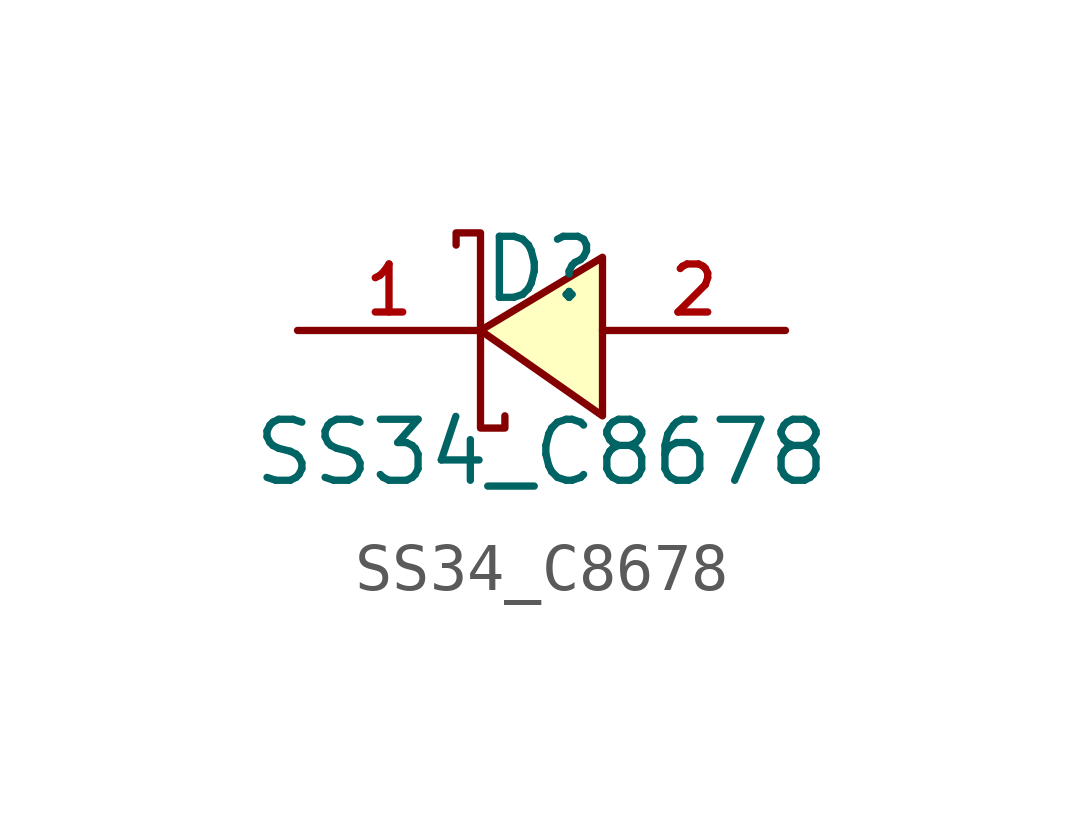
<source format=kicad_sym>
(kicad_symbol_lib
  (version 20210201)
  (generator TousstNicolas/JLC2KiCad_lib)
  (symbol "SS34_C8678"
    (pin_names hide)
    (property "Reference" "D"
      (at 0 1.27 0)
      (effects (font (size 1.27 1.27))))
    (property "Value" "SS34_C8678"
      (at 0 -2.54 0)
      (effects (font (size 1.27 1.27))))
    (symbol "SS34_C8678_0_1"
      (pin unspecified line (at 5.08 -0.0 180) (length 3.81) (name "A" (effects (font (size 1 1)))) (number "2" (effects (font (size 1 1)))))
      (pin unspecified line (at -5.08 -0.0 0) (length 3.81) (name "K" (effects (font (size 1 1)))) (number "1" (effects (font (size 1 1)))))
      (polyline (pts (xy 1.27 1.524) (xy -1.27 -0.0) (xy 1.27 -1.778) (xy 1.27 1.524)) (stroke (width 0) (type default) (color 0 0 0 0)) (fill (type background)))
      (polyline (pts (xy -1.27 -0.0) (xy -1.27 -2.032) (xy -0.762 -2.032) (xy -0.762 -1.778)) (stroke (width 0) (type default) (color 0 0 0 0)) (fill (type none)))
      (polyline (pts (xy -1.27 -0.0) (xy -1.27 2.032) (xy -1.778 2.032) (xy -1.778 1.778)) (stroke (width 0) (type default) (color 0 0 0 0)) (fill (type none))))))
</source>
